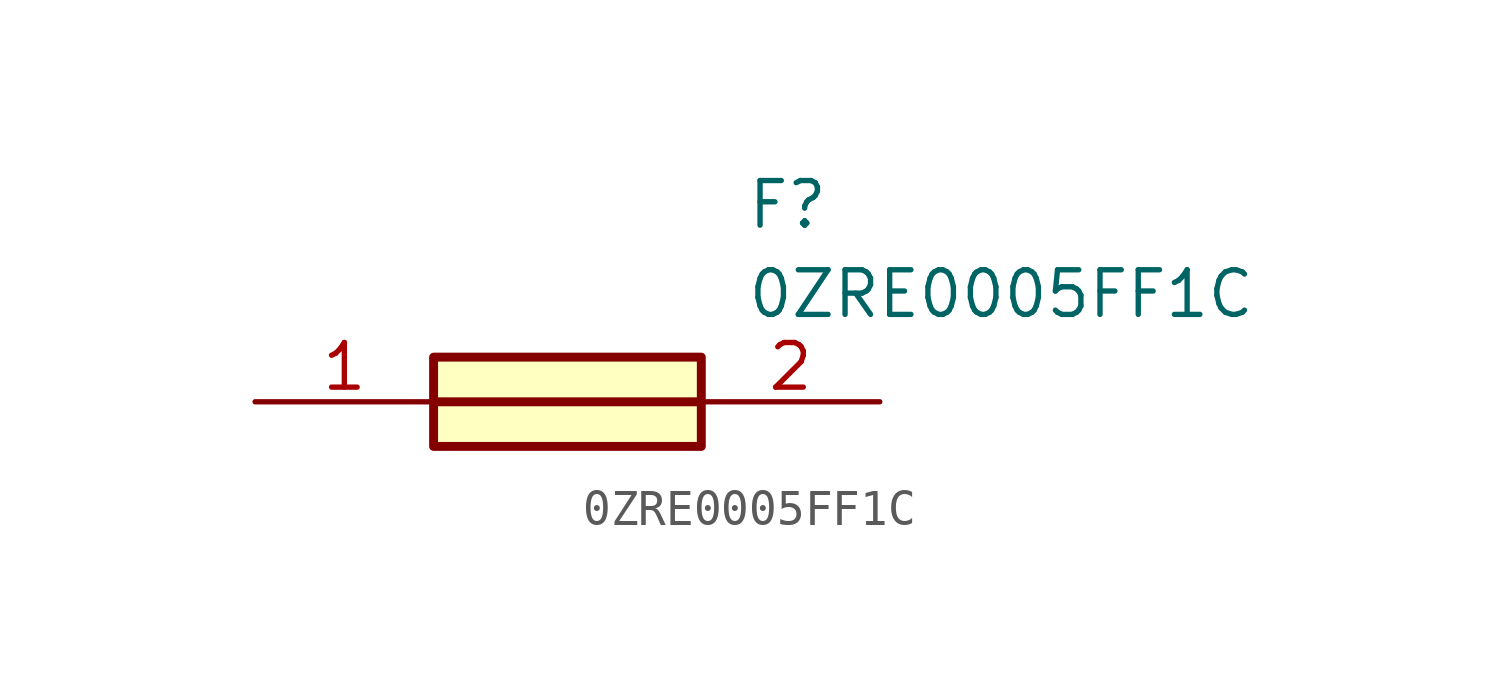
<source format=kicad_sym>
(kicad_symbol_lib
  (version 20211014)
  (generator SamacSys_ECAD_Model)
  (symbol "0ZRE0005FF1C"
    (pin_names hide)
    (property "Reference" "F"
      (at 13.97 6.35 0)
      (effects (font (size 1.27 1.27)) (justify left top)))
    (property "Value" "0ZRE0005FF1C"
      (at 13.97 3.81 0)
      (effects (font (size 1.27 1.27)) (justify left top)))
    (rectangle
      (start 5.08 1.27)
      (end 12.7 -1.27)
      (stroke (width 0.254) (type default))
      (fill (type background)))
    (polyline
      (pts (xy 5.08 0) (xy 12.7 0))
      (stroke (width 0.254) (type default))
      (fill (type none)))
    (pin passive line
      (at 0 0 0)
      (length 5.08)
      (name "1" (effects (font (size 1.27 1.27))))
      (number "1" (effects (font (size 1.27 1.27)))))
    (pin passive line
      (at 17.78 0 180)
      (length 5.08)
      (name "2" (effects (font (size 1.27 1.27))))
      (number "2" (effects (font (size 1.27 1.27)))))))
</source>
